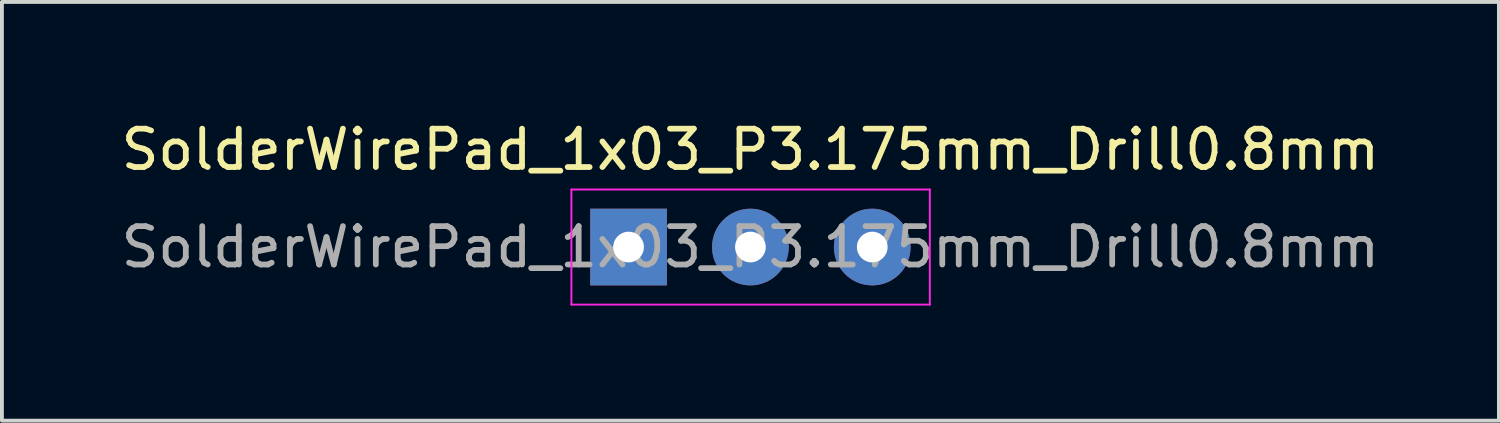
<source format=kicad_pcb>
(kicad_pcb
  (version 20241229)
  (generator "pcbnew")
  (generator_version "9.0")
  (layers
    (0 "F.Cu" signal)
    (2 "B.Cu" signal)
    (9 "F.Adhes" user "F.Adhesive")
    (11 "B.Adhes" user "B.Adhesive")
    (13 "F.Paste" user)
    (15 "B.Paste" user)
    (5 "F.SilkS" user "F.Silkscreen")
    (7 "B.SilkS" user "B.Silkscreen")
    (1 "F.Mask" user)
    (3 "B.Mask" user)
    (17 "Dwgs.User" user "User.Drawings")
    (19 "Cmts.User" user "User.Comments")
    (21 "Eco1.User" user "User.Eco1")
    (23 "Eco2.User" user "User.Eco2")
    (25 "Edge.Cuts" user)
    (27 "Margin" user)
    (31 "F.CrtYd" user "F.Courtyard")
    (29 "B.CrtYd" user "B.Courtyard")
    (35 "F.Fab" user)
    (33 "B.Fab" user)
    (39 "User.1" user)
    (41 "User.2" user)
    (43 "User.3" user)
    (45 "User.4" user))
  (footprint "SolderWirePad_1x03_P3.175mm_Drill0.8mm"
    (layer "F.Cu")
    (at 13.331 3.388)
    (property "Reference" "SolderWirePad_1x03_P3.175mm_Drill0.8mm" (at 3.175 -2.54 0) (layer "F.SilkS") (effects (font (size 1 1) (thickness 0.15))))
    (attr exclude_from_pos_files exclude_from_bom)
    (fp_line (start -1.49 -1.5) (end -1.49 1.5) (stroke (width 0.05) (type solid)) (layer "F.CrtYd"))
    (fp_line (start -1.49 -1.5) (end 7.85 -1.5) (stroke (width 0.05) (type solid)) (layer "F.CrtYd"))
    (fp_line (start 7.85 1.5) (end -1.49 1.5) (stroke (width 0.05) (type solid)) (layer "F.CrtYd"))
    (fp_line (start 7.85 1.5) (end 7.85 -1.5) (stroke (width 0.05) (type solid)) (layer "F.CrtYd"))
    (fp_text user "${REFERENCE}" (at 3.175 0 0) (layer "F.Fab") (effects (font (size 1 1) (thickness 0.15))))
    (pad "2" thru_hole circle (at 3.175 0) (size 1.999 1.999) (drill 0.8) (layers "*.Cu" "*.Mask"))
    (pad "6" thru_hole rect (at 0 0) (size 1.999 1.999) (drill 0.8) (layers "*.Cu" "*.Mask"))
    (pad "7" thru_hole circle (at 6.35 0) (size 1.999 1.999) (drill 0.8) (layers "*.Cu" "*.Mask")))
  (gr_rect
    (start -3 -3)
    (end 36.012 7.913)
    (stroke (width 0.1) (type default))
    (fill no)
    (layer "Edge.Cuts")))
</source>
